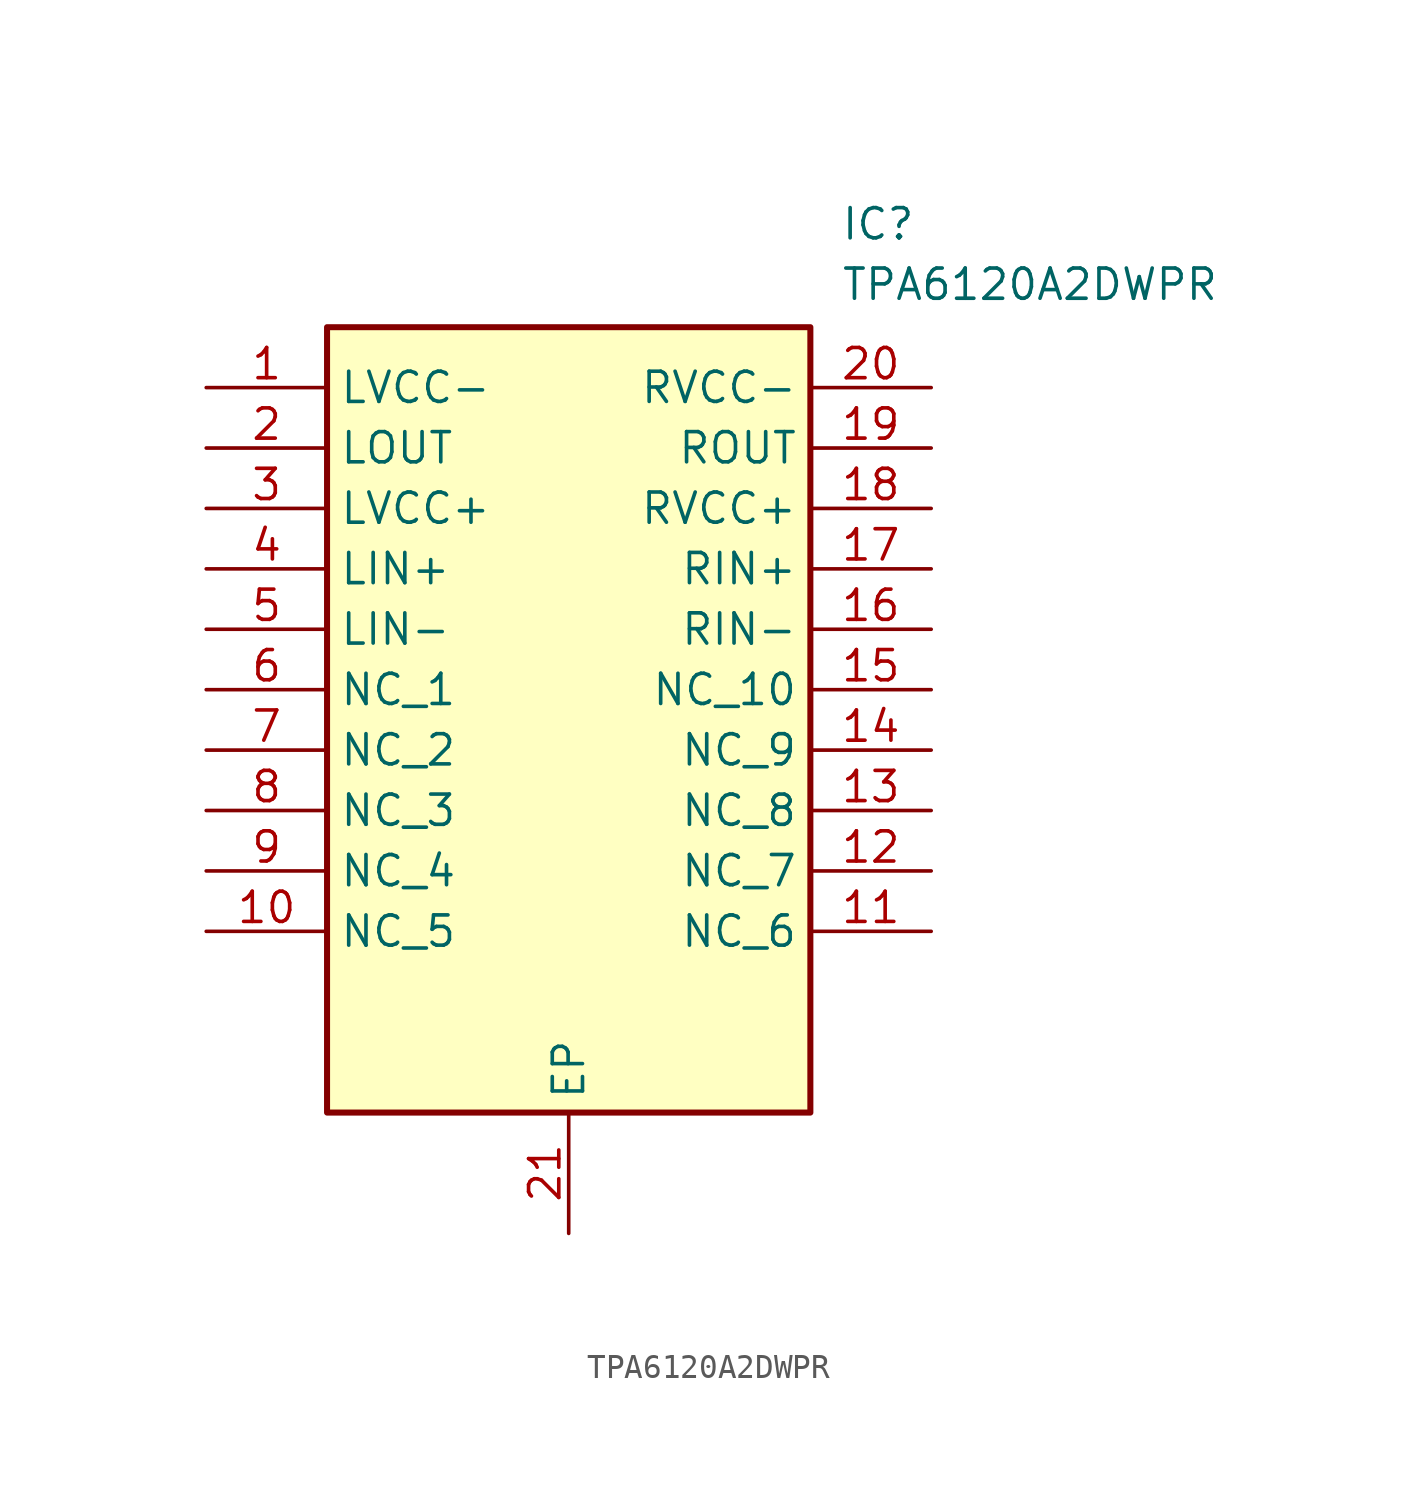
<source format=kicad_sym>
(kicad_symbol_lib
  (version 20211014)
  (generator SamacSys_ECAD_Model)
  (symbol "TPA6120A2DWPR"
    (property "Reference" "IC"
      (at 26.67 7.62 0)
      (effects (font (size 1.27 1.27)) (justify left top)))
    (property "Value" "TPA6120A2DWPR"
      (at 26.67 5.08 0)
      (effects (font (size 1.27 1.27)) (justify left top)))
    (rectangle
      (start 5.08 2.54)
      (end 25.4 -30.48)
      (stroke (width 0.254) (type default))
      (fill (type background)))
    (pin passive line
      (at 0 0 0)
      (length 5.08)
      (name "LVCC-" (effects (font (size 1.27 1.27))))
      (number "1" (effects (font (size 1.27 1.27)))))
    (pin passive line
      (at 0 -2.54 0)
      (length 5.08)
      (name "LOUT" (effects (font (size 1.27 1.27))))
      (number "2" (effects (font (size 1.27 1.27)))))
    (pin passive line
      (at 0 -5.08 0)
      (length 5.08)
      (name "LVCC+" (effects (font (size 1.27 1.27))))
      (number "3" (effects (font (size 1.27 1.27)))))
    (pin passive line
      (at 0 -7.62 0)
      (length 5.08)
      (name "LIN+" (effects (font (size 1.27 1.27))))
      (number "4" (effects (font (size 1.27 1.27)))))
    (pin passive line
      (at 0 -10.16 0)
      (length 5.08)
      (name "LIN-" (effects (font (size 1.27 1.27))))
      (number "5" (effects (font (size 1.27 1.27)))))
    (pin passive line
      (at 0 -12.7 0)
      (length 5.08)
      (name "NC_1" (effects (font (size 1.27 1.27))))
      (number "6" (effects (font (size 1.27 1.27)))))
    (pin passive line
      (at 0 -15.24 0)
      (length 5.08)
      (name "NC_2" (effects (font (size 1.27 1.27))))
      (number "7" (effects (font (size 1.27 1.27)))))
    (pin passive line
      (at 0 -17.78 0)
      (length 5.08)
      (name "NC_3" (effects (font (size 1.27 1.27))))
      (number "8" (effects (font (size 1.27 1.27)))))
    (pin passive line
      (at 0 -20.32 0)
      (length 5.08)
      (name "NC_4" (effects (font (size 1.27 1.27))))
      (number "9" (effects (font (size 1.27 1.27)))))
    (pin passive line
      (at 0 -22.86 0)
      (length 5.08)
      (name "NC_5" (effects (font (size 1.27 1.27))))
      (number "10" (effects (font (size 1.27 1.27)))))
    (pin passive line
      (at 15.24 -35.56 90)
      (length 5.08)
      (name "EP" (effects (font (size 1.27 1.27))))
      (number "21" (effects (font (size 1.27 1.27)))))
    (pin passive line
      (at 30.48 0 180)
      (length 5.08)
      (name "RVCC-" (effects (font (size 1.27 1.27))))
      (number "20" (effects (font (size 1.27 1.27)))))
    (pin passive line
      (at 30.48 -2.54 180)
      (length 5.08)
      (name "ROUT" (effects (font (size 1.27 1.27))))
      (number "19" (effects (font (size 1.27 1.27)))))
    (pin passive line
      (at 30.48 -5.08 180)
      (length 5.08)
      (name "RVCC+" (effects (font (size 1.27 1.27))))
      (number "18" (effects (font (size 1.27 1.27)))))
    (pin passive line
      (at 30.48 -7.62 180)
      (length 5.08)
      (name "RIN+" (effects (font (size 1.27 1.27))))
      (number "17" (effects (font (size 1.27 1.27)))))
    (pin passive line
      (at 30.48 -10.16 180)
      (length 5.08)
      (name "RIN-" (effects (font (size 1.27 1.27))))
      (number "16" (effects (font (size 1.27 1.27)))))
    (pin passive line
      (at 30.48 -12.7 180)
      (length 5.08)
      (name "NC_10" (effects (font (size 1.27 1.27))))
      (number "15" (effects (font (size 1.27 1.27)))))
    (pin passive line
      (at 30.48 -15.24 180)
      (length 5.08)
      (name "NC_9" (effects (font (size 1.27 1.27))))
      (number "14" (effects (font (size 1.27 1.27)))))
    (pin passive line
      (at 30.48 -17.78 180)
      (length 5.08)
      (name "NC_8" (effects (font (size 1.27 1.27))))
      (number "13" (effects (font (size 1.27 1.27)))))
    (pin passive line
      (at 30.48 -20.32 180)
      (length 5.08)
      (name "NC_7" (effects (font (size 1.27 1.27))))
      (number "12" (effects (font (size 1.27 1.27)))))
    (pin passive line
      (at 30.48 -22.86 180)
      (length 5.08)
      (name "NC_6" (effects (font (size 1.27 1.27))))
      (number "11" (effects (font (size 1.27 1.27)))))))
</source>
